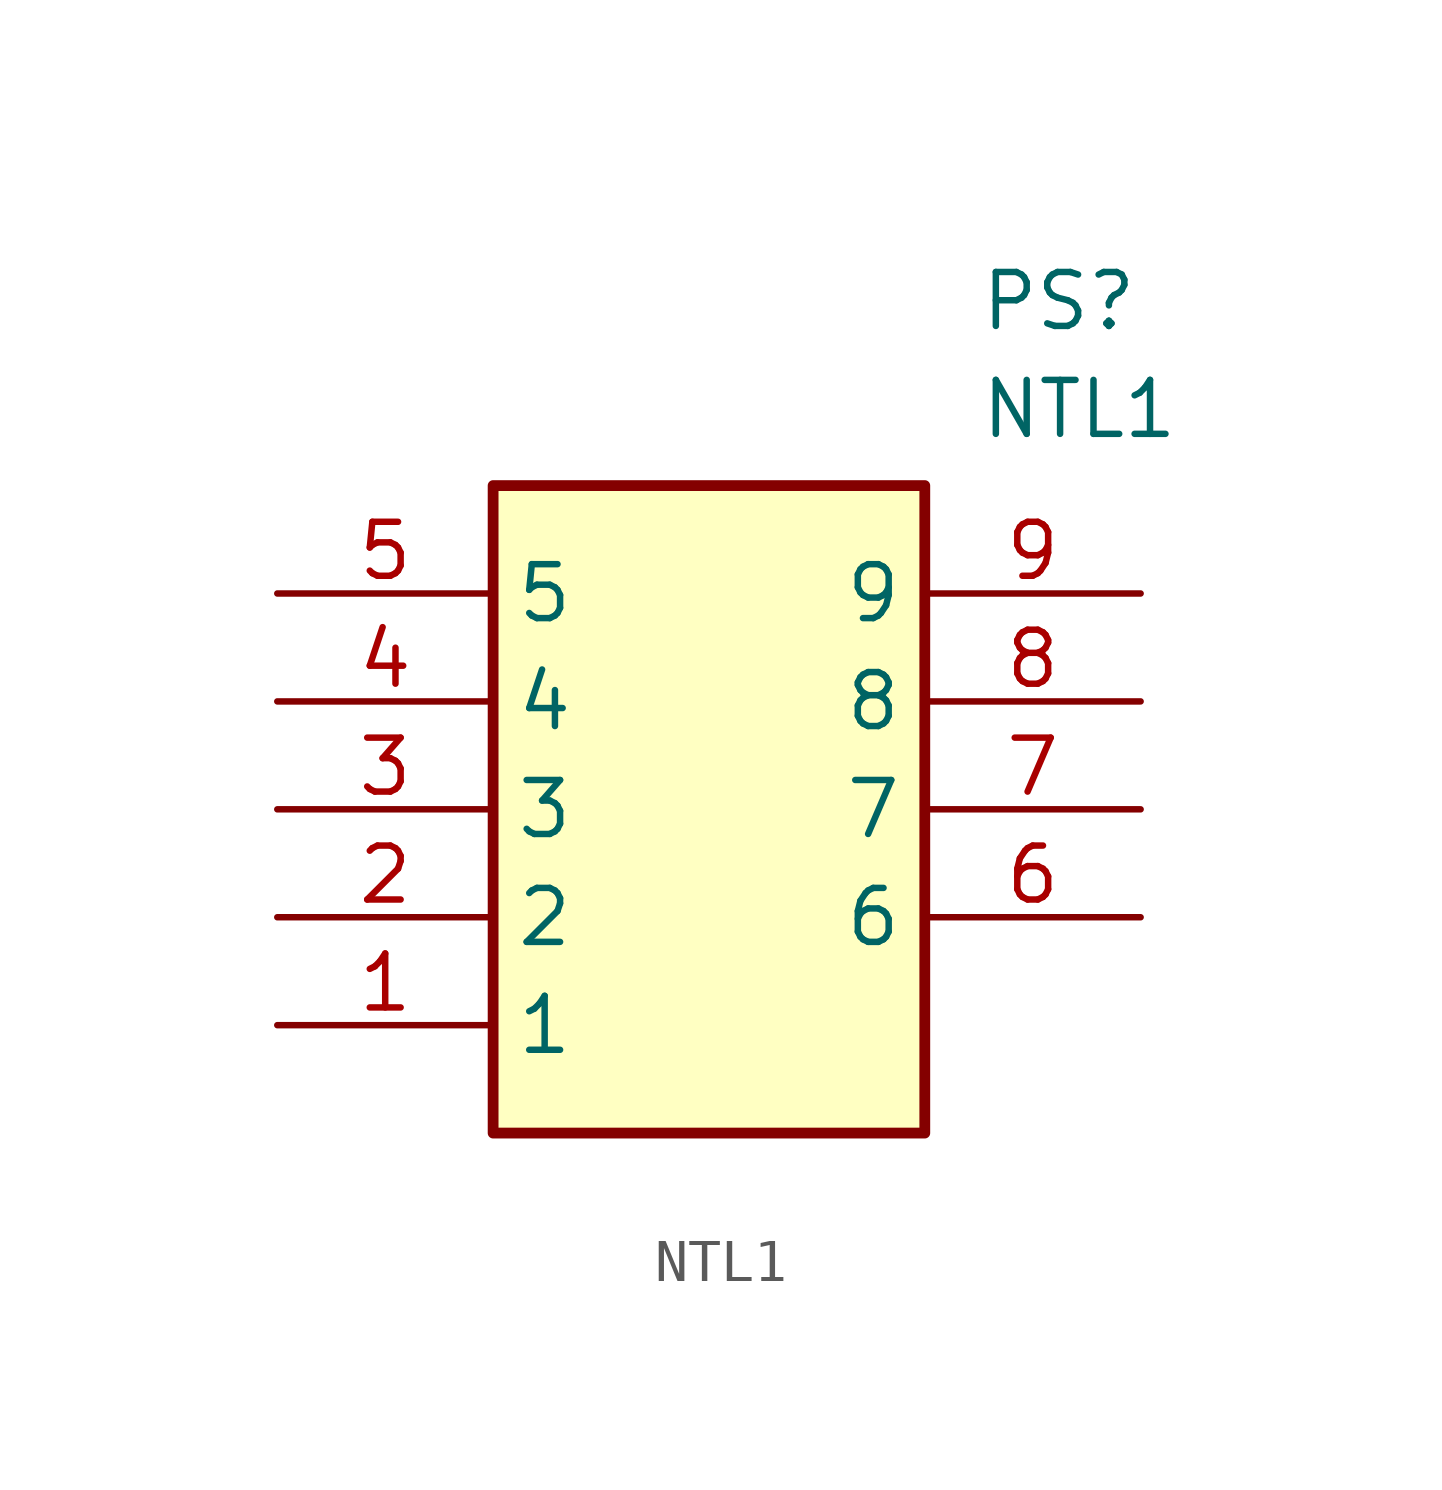
<source format=kicad_sym>
(kicad_symbol_lib
  (version 20211014)
  (generator SamacSys_ECAD_Model)
  (symbol "NTL1"
    (property "Reference" "PS"
      (at 16.51 7.62 0)
      (effects (font (size 1.27 1.27)) (justify left top)))
    (property "Value" "NTL1"
      (at 16.51 5.08 0)
      (effects (font (size 1.27 1.27)) (justify left top)))
    (rectangle
      (start 5.08 2.54)
      (end 15.24 -12.7)
      (stroke (width 0.254) (type default))
      (fill (type background)))
    (pin passive line
      (at 0 -10.16 0)
      (length 5.08)
      (name "1" (effects (font (size 1.27 1.27))))
      (number "1" (effects (font (size 1.27 1.27)))))
    (pin passive line
      (at 0 -7.62 0)
      (length 5.08)
      (name "2" (effects (font (size 1.27 1.27))))
      (number "2" (effects (font (size 1.27 1.27)))))
    (pin passive line
      (at 0 -5.08 0)
      (length 5.08)
      (name "3" (effects (font (size 1.27 1.27))))
      (number "3" (effects (font (size 1.27 1.27)))))
    (pin passive line
      (at 0 -2.54 0)
      (length 5.08)
      (name "4" (effects (font (size 1.27 1.27))))
      (number "4" (effects (font (size 1.27 1.27)))))
    (pin passive line
      (at 0 0 0)
      (length 5.08)
      (name "5" (effects (font (size 1.27 1.27))))
      (number "5" (effects (font (size 1.27 1.27)))))
    (pin passive line
      (at 20.32 -7.62 180)
      (length 5.08)
      (name "6" (effects (font (size 1.27 1.27))))
      (number "6" (effects (font (size 1.27 1.27)))))
    (pin passive line
      (at 20.32 -5.08 180)
      (length 5.08)
      (name "7" (effects (font (size 1.27 1.27))))
      (number "7" (effects (font (size 1.27 1.27)))))
    (pin passive line
      (at 20.32 -2.54 180)
      (length 5.08)
      (name "8" (effects (font (size 1.27 1.27))))
      (number "8" (effects (font (size 1.27 1.27)))))
    (pin passive line
      (at 20.32 0 180)
      (length 5.08)
      (name "9" (effects (font (size 1.27 1.27))))
      (number "9" (effects (font (size 1.27 1.27)))))))
</source>
